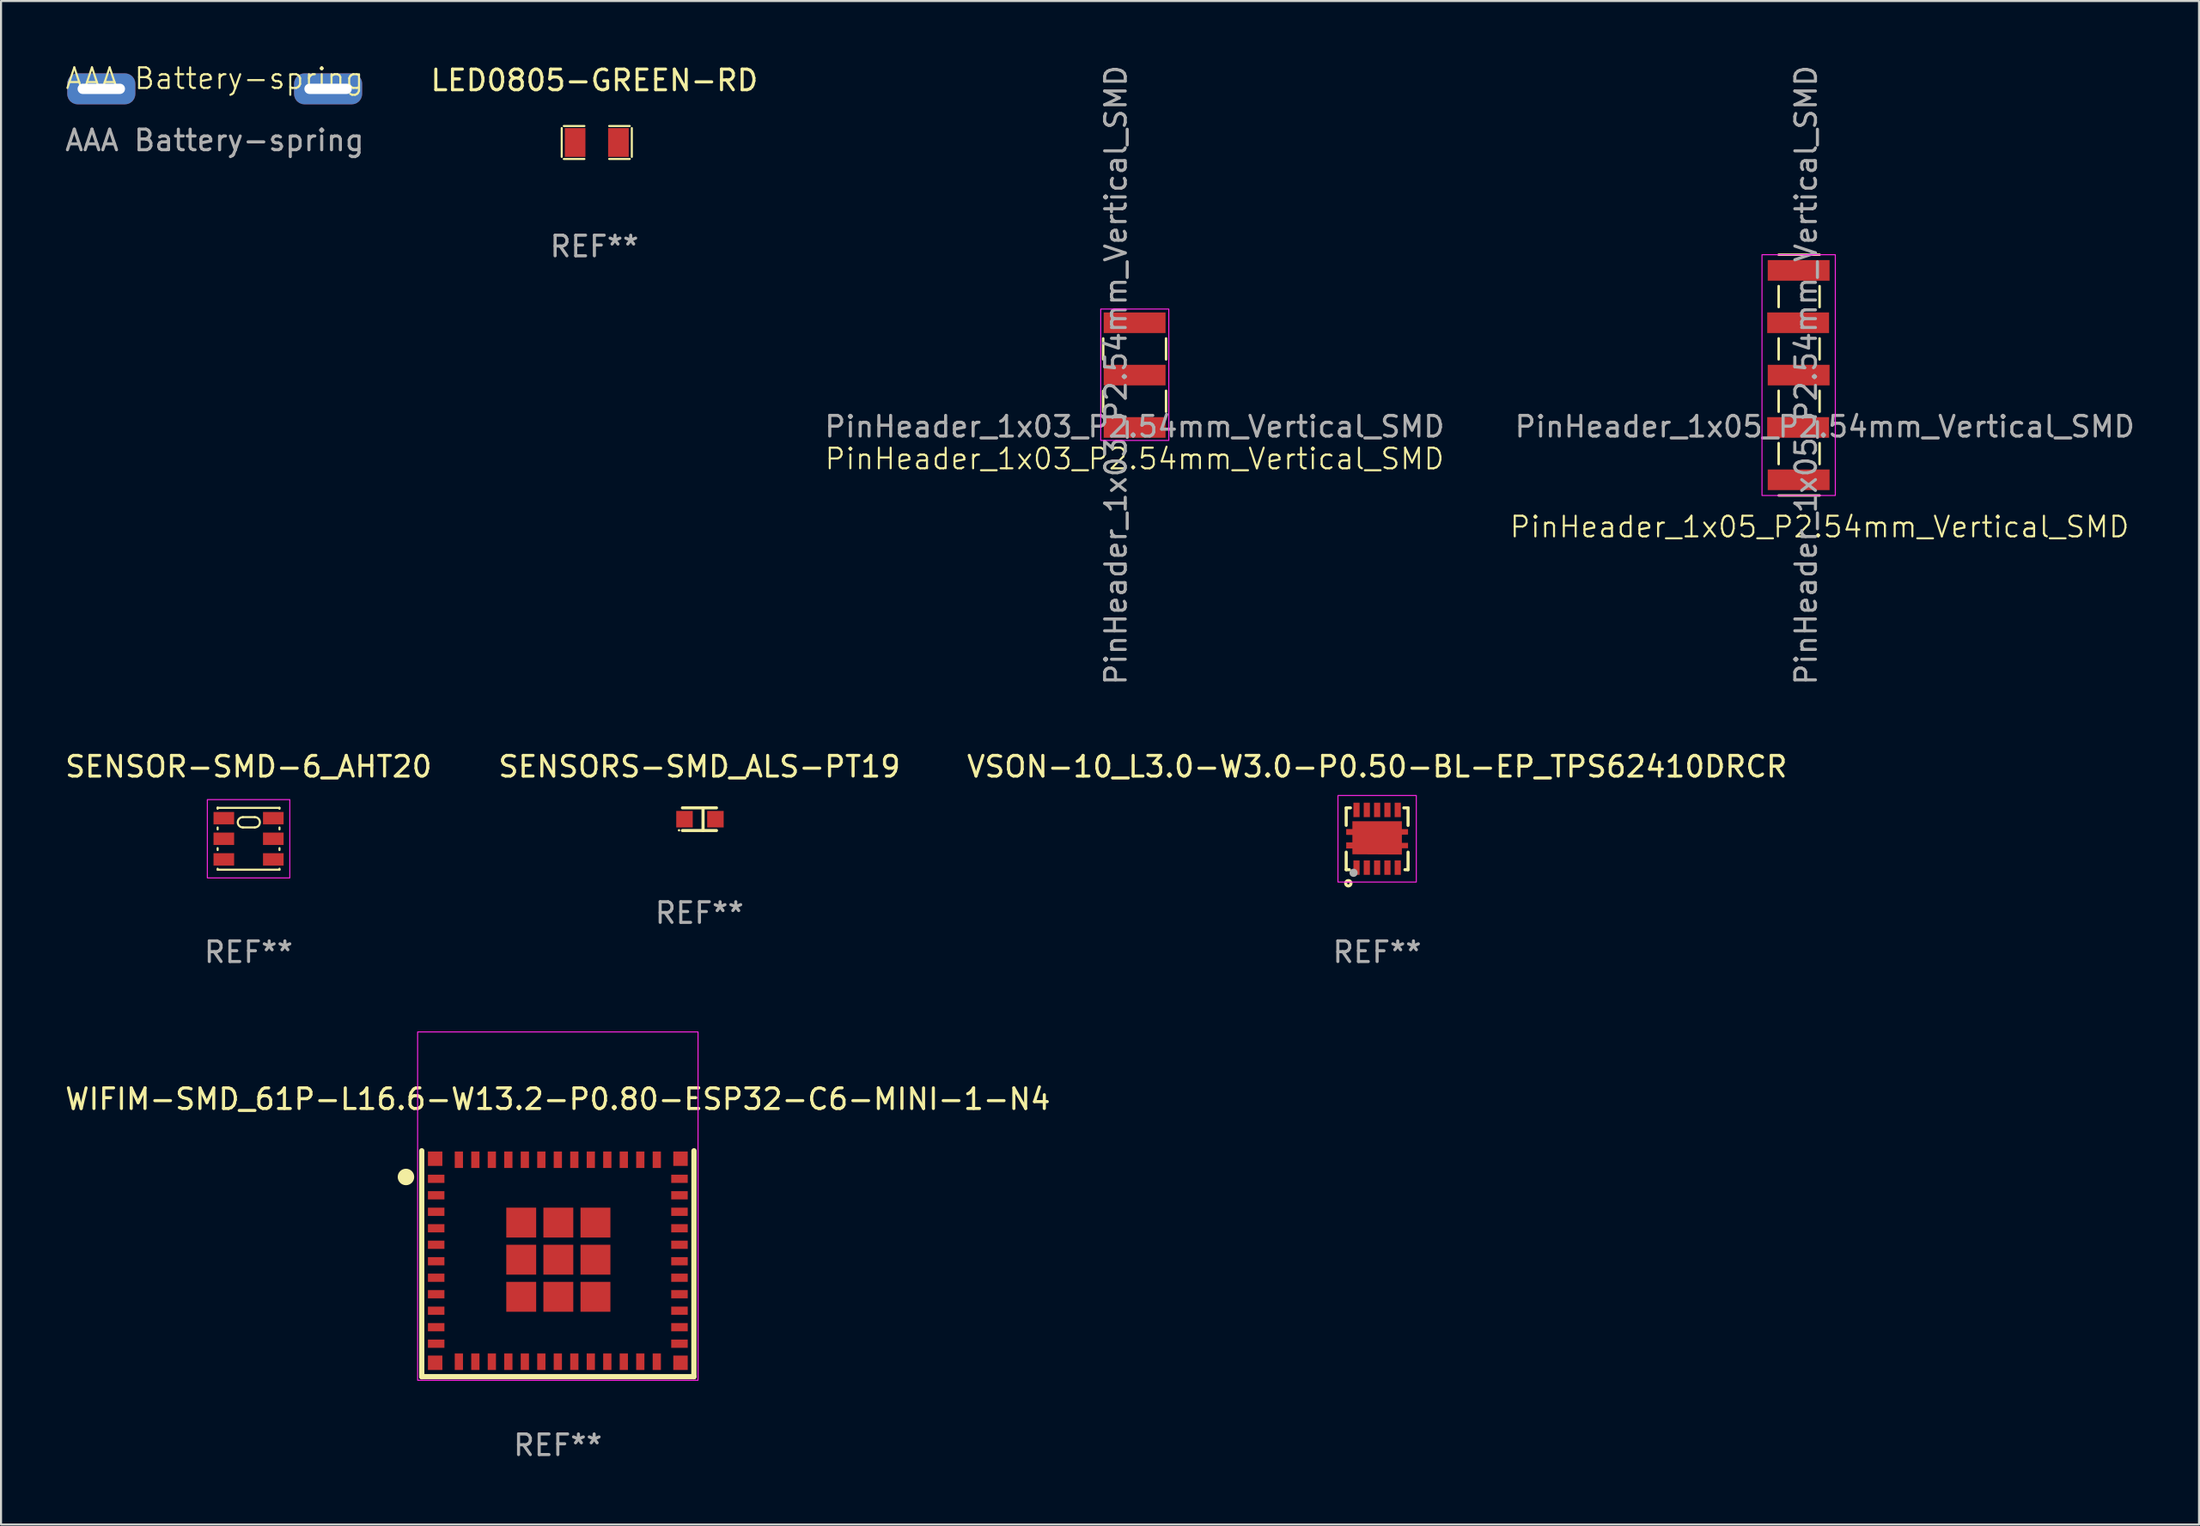
<source format=kicad_pcb>
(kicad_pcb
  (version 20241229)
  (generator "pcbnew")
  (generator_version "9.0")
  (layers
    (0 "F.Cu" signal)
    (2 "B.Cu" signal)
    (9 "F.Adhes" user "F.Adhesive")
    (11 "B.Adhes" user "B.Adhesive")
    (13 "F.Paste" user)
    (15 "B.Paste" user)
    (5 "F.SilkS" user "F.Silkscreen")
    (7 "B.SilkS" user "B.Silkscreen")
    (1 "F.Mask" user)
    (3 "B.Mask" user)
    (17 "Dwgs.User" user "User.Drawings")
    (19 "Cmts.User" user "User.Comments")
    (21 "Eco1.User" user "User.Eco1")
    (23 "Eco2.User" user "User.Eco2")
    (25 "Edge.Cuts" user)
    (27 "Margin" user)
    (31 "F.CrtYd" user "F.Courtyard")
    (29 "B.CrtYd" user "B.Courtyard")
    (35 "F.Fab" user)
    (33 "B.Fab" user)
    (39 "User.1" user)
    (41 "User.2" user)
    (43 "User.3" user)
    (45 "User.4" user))
  (footprint "SENSORS-SMD_ALS-PT19"
    (layer "F.Cu")
    (at 30.9 36.696)
    (property "Reference" "SENSORS-SMD_ALS-PT19" (at -0.025 -2.55 0) (layer "F.SilkS") (effects (font (size 1 1) (thickness 0.15))))
    (attr smd)
    (fp_line (start -0.85 -0.55) (end 0.8 -0.55) (stroke (width 0.152) (type solid)) (layer "F.SilkS"))
    (fp_line (start -0.85 0.55) (end 0.8 0.55) (stroke (width 0.152) (type solid)) (layer "F.SilkS"))
    (fp_line (start 0.15 -0.55) (end 0.15 0.55) (stroke (width 0.152) (type solid)) (layer "F.SilkS"))
    (fp_circle (center -1.016 0.538) (end -0.986 0.538) (stroke (width 0.06) (type solid)) (fill no) (layer "F.SilkS"))
    (fp_text user "REF**" (at -0.025 4.55 0) (layer "F.Fab") (effects (font (size 1 1) (thickness 0.15))))
    (pad "1" smd rect (at -0.75 0 180) (size 0.8 0.8) (layers "F.Cu" "F.Mask" "F.Paste"))
    (pad "2" smd rect (at 0.75 0 180) (size 0.8 0.8) (layers "F.Cu" "F.Mask" "F.Paste")))
  (footprint "AAA Battery-spring"
    (layer "F.Cu")
    (at 7.363 1.26)
    (property "Reference" "AAA Battery-spring" (at 0 -0.5 0) (unlocked yes) (layer "F.SilkS") (effects (font (size 1 1) (thickness 0.1))))
    (attr smd)
    (fp_text user "${REFERENCE}" (at 0 2.5 0) (unlocked yes) (layer "F.Fab") (effects (font (size 1 1) (thickness 0.15))))
    (pad "1" thru_hole roundrect (at -5.5 0) (size 3.3 1.5) (drill oval 2.3 0.5) (layers "*.Cu" "*.Mask") (roundrect_rratio 0.333))
    (pad "2" thru_hole roundrect (at 5.5 0) (size 3.3 1.5) (drill oval 2.3 0.5) (layers "*.Cu" "*.Mask") (roundrect_rratio 0.333)))
  (footprint "VSON-10_L3.0-W3.0-P0.50-BL-EP_TPS62410DRCR"
    (layer "F.Cu")
    (at 63.744 37.646)
    (property "Reference" "VSON-10_L3.0-W3.0-P0.50-BL-EP_TPS62410DRCR" (at 0 -3.5 0) (layer "F.SilkS") (effects (font (size 1 1) (thickness 0.15))))
    (attr smd)
    (fp_line (start -1.5 -1.5) (end -1.5 -0.651) (stroke (width 0.15) (type solid)) (layer "F.SilkS"))
    (fp_line (start -1.5 -1.5) (end -1.294 -1.5) (stroke (width 0.15) (type solid)) (layer "F.SilkS"))
    (fp_line (start -1.5 1.5) (end -1.5 0.649) (stroke (width 0.15) (type solid)) (layer "F.SilkS"))
    (fp_line (start -1.5 1.5) (end -1.349 1.5) (stroke (width 0.15) (type solid)) (layer "F.SilkS"))
    (fp_line (start 1.294 -1.5) (end 1.5 -1.5) (stroke (width 0.15) (type solid)) (layer "F.SilkS"))
    (fp_line (start 1.349 1.5) (end 1.5 1.5) (stroke (width 0.15) (type solid)) (layer "F.SilkS"))
    (fp_line (start 1.5 -1.5) (end 1.5 -0.649) (stroke (width 0.15) (type solid)) (layer "F.SilkS"))
    (fp_line (start 1.5 0.649) (end 1.5 1.5) (stroke (width 0.15) (type solid)) (layer "F.SilkS"))
    (fp_circle (center -1.5 1.5) (end -1.47 1.5) (stroke (width 0.06) (type solid)) (fill no) (layer "F.SilkS"))
    (fp_circle (center -1.397 2.159) (end -1.342 2.159) (stroke (width 0.15) (type solid)) (fill no) (layer "F.SilkS"))
    (fp_rect (start -1.9 -2.1) (end 1.9 2.1) (stroke (width 0.05) (type default)) (fill no) (layer "F.CrtYd"))
    (fp_circle (center -1.143 1.651) (end -1.043 1.651) (stroke (width 0.2) (type solid)) (fill no) (layer "F.Fab"))
    (fp_text user "REF**" (at 0 5.5 0) (layer "F.Fab") (effects (font (size 1 1) (thickness 0.15))))
    (pad "1" smd rect (at -1 1.4) (size 0.3 0.7) (layers "F.Cu" "F.Mask" "F.Paste"))
    (pad "2" smd rect (at -0.5 1.4) (size 0.3 0.7) (layers "F.Cu" "F.Mask" "F.Paste"))
    (pad "3" smd rect (at 0 1.4) (size 0.3 0.7) (layers "F.Cu" "F.Mask" "F.Paste"))
    (pad "4" smd rect (at 0.5 1.4) (size 0.3 0.7) (layers "F.Cu" "F.Mask" "F.Paste"))
    (pad "5" smd rect (at 1 1.4 180) (size 0.3 0.7) (layers "F.Cu" "F.Mask" "F.Paste"))
    (pad "6" smd rect (at 1 -1.4 180) (size 0.3 0.7) (layers "F.Cu" "F.Mask" "F.Paste"))
    (pad "7" smd rect (at 0.5 -1.4 180) (size 0.3 0.7) (layers "F.Cu" "F.Mask" "F.Paste"))
    (pad "8" smd rect (at 0 -1.4 180) (size 0.3 0.7) (layers "F.Cu" "F.Mask" "F.Paste"))
    (pad "9" smd rect (at -0.5 -1.4) (size 0.3 0.7) (layers "F.Cu" "F.Mask" "F.Paste"))
    (pad "10" smd rect (at -1 -1.4) (size 0.3 0.7) (layers "F.Cu" "F.Mask" "F.Paste"))
    (pad "11" smd custom (at 0 -0.045) (size 0.1 0.1) (layers "F.Cu" "F.Mask" "F.Paste") (options (anchor circle)) (primitives (gr_poly (pts (xy -1.5 -0.427) (xy -1.2 -0.427) (xy -1.2 -0.805) (xy 1.2 -0.805) (xy 1.2 -0.425) (xy 1.5 -0.425) (xy 1.5 -0.158) (xy 1.2 -0.153) (xy 1.2 0.238) (xy 1.2 0.242) (xy 1.5 0.242) (xy 1.5 0.233) (xy 1.5 0.505) (xy 1.2 0.506) (xy 1.2 0.811) (xy -1.2 0.798) (xy -1.2 0.517) (xy -1.5 0.517) (xy -1.5 0.219) (xy -1.2 0.219) (xy -1.2 -0.14) (xy -1.5 -0.143)) (width 0) (fill yes)))))
  (footprint "WIFIM-SMD_61P-L16.6-W13.2-P0.80-ESP32-C6-MINI-1-N4"
    (layer "F.Cu")
    (at 24.006 58.119)
    (property "Reference" "WIFIM-SMD_61P-L16.6-W13.2-P0.80-ESP32-C6-MINI-1-N4" (at 0 -7.842 0) (layer "F.SilkS") (effects (font (size 1 1) (thickness 0.15))))
    (attr smd)
    (fp_line (start -6.6 -5.334) (end -6.6 5.625) (stroke (width 0.254) (type solid)) (layer "F.SilkS"))
    (fp_line (start -6.6 5.625) (end 6.6 5.625) (stroke (width 0.254) (type solid)) (layer "F.SilkS"))
    (fp_line (start 6.6 5.625) (end 6.604 -5.334) (stroke (width 0.254) (type solid)) (layer "F.SilkS"))
    (fp_circle (center -7.366 -4.064) (end -7.166 -4.064) (stroke (width 0.4) (type solid)) (fill no) (layer "F.SilkS"))
    (fp_rect (start -6.8 -11.1) (end 6.8 5.8) (stroke (width 0.05) (type default)) (fill no) (layer "F.CrtYd"))
    (fp_text user "REF**" (at 0 8.95 0) (layer "F.Fab") (effects (font (size 1 1) (thickness 0.15))))
    (pad "1" smd rect (at -5.9 -3.975) (size 0.8 0.4) (layers "F.Cu" "F.Mask" "F.Paste"))
    (pad "2" smd rect (at -5.9 -3.175) (size 0.8 0.4) (layers "F.Cu" "F.Mask" "F.Paste"))
    (pad "3" smd rect (at -5.9 -2.375) (size 0.8 0.4) (layers "F.Cu" "F.Mask" "F.Paste"))
    (pad "4" smd rect (at -5.9 -1.575) (size 0.8 0.4) (layers "F.Cu" "F.Mask" "F.Paste"))
    (pad "5" smd rect (at -5.9 -0.775) (size 0.8 0.4) (layers "F.Cu" "F.Mask" "F.Paste"))
    (pad "6" smd rect (at -5.9 0.025) (size 0.8 0.4) (layers "F.Cu" "F.Mask" "F.Paste"))
    (pad "7" smd rect (at -5.9 0.825) (size 0.8 0.4) (layers "F.Cu" "F.Mask" "F.Paste"))
    (pad "8" smd rect (at -5.9 1.625) (size 0.8 0.4) (layers "F.Cu" "F.Mask" "F.Paste"))
    (pad "9" smd rect (at -5.9 2.425) (size 0.8 0.4) (layers "F.Cu" "F.Mask" "F.Paste"))
    (pad "10" smd rect (at -5.9 3.225) (size 0.8 0.4) (layers "F.Cu" "F.Mask" "F.Paste"))
    (pad "11" smd rect (at -5.9 4.025) (size 0.8 0.4) (layers "F.Cu" "F.Mask" "F.Paste"))
    (pad "12" smd rect (at -4.8 4.9 270) (size 0.8 0.4) (layers "F.Cu" "F.Mask" "F.Paste"))
    (pad "13" smd rect (at -4 4.9 270) (size 0.8 0.4) (layers "F.Cu" "F.Mask" "F.Paste"))
    (pad "14" smd rect (at -3.2 4.9 270) (size 0.8 0.4) (layers "F.Cu" "F.Mask" "F.Paste"))
    (pad "15" smd rect (at -2.4 4.9 270) (size 0.8 0.4) (layers "F.Cu" "F.Mask" "F.Paste"))
    (pad "16" smd rect (at -1.6 4.9 270) (size 0.8 0.4) (layers "F.Cu" "F.Mask" "F.Paste"))
    (pad "17" smd rect (at -0.8 4.9 270) (size 0.8 0.4) (layers "F.Cu" "F.Mask" "F.Paste"))
    (pad "18" smd rect (at -0.000152 4.9 270) (size 0.8 0.4) (layers "F.Cu" "F.Mask" "F.Paste"))
    (pad "19" smd rect (at 0.8 4.9 270) (size 0.8 0.4) (layers "F.Cu" "F.Mask" "F.Paste"))
    (pad "20" smd rect (at 1.6 4.9 270) (size 0.8 0.4) (layers "F.Cu" "F.Mask" "F.Paste"))
    (pad "21" smd rect (at 2.4 4.9 270) (size 0.8 0.4) (layers "F.Cu" "F.Mask" "F.Paste"))
    (pad "22" smd rect (at 3.2 4.9 270) (size 0.8 0.4) (layers "F.Cu" "F.Mask" "F.Paste"))
    (pad "23" smd rect (at 4 4.9 270) (size 0.8 0.4) (layers "F.Cu" "F.Mask" "F.Paste"))
    (pad "24" smd rect (at 4.8 4.9 270) (size 0.8 0.4) (layers "F.Cu" "F.Mask" "F.Paste"))
    (pad "25" smd rect (at 5.9 4.025) (size 0.8 0.4) (layers "F.Cu" "F.Mask" "F.Paste"))
    (pad "26" smd rect (at 5.9 3.225) (size 0.8 0.4) (layers "F.Cu" "F.Mask" "F.Paste"))
    (pad "27" smd rect (at 5.9 2.425) (size 0.8 0.4) (layers "F.Cu" "F.Mask" "F.Paste"))
    (pad "28" smd rect (at 5.9 1.625) (size 0.8 0.4) (layers "F.Cu" "F.Mask" "F.Paste"))
    (pad "29" smd rect (at 5.9 0.825) (size 0.8 0.4) (layers "F.Cu" "F.Mask" "F.Paste"))
    (pad "30" smd rect (at 5.9 0.025) (size 0.8 0.4) (layers "F.Cu" "F.Mask" "F.Paste"))
    (pad "31" smd rect (at 5.9 -0.775) (size 0.8 0.4) (layers "F.Cu" "F.Mask" "F.Paste"))
    (pad "32" smd rect (at 5.9 -1.575) (size 0.8 0.4) (layers "F.Cu" "F.Mask" "F.Paste"))
    (pad "33" smd rect (at 5.9 -2.375) (size 0.8 0.4) (layers "F.Cu" "F.Mask" "F.Paste"))
    (pad "34" smd rect (at 5.9 -3.175) (size 0.8 0.4) (layers "F.Cu" "F.Mask" "F.Paste"))
    (pad "35" smd rect (at 5.9 -3.975) (size 0.8 0.4) (layers "F.Cu" "F.Mask" "F.Paste"))
    (pad "36" smd rect (at 4.8 -4.9 270) (size 0.8 0.4) (layers "F.Cu" "F.Mask" "F.Paste"))
    (pad "37" smd rect (at 4 -4.9 270) (size 0.8 0.4) (layers "F.Cu" "F.Mask" "F.Paste"))
    (pad "38" smd rect (at 3.2 -4.9 270) (size 0.8 0.4) (layers "F.Cu" "F.Mask" "F.Paste"))
    (pad "39" smd rect (at 2.4 -4.9 270) (size 0.8 0.4) (layers "F.Cu" "F.Mask" "F.Paste"))
    (pad "40" smd rect (at 1.6 -4.9 270) (size 0.8 0.4) (layers "F.Cu" "F.Mask" "F.Paste"))
    (pad "41" smd rect (at 0.8 -4.9 270) (size 0.8 0.4) (layers "F.Cu" "F.Mask" "F.Paste"))
    (pad "42" smd rect (at 0.000102 -4.9 270) (size 0.8 0.4) (layers "F.Cu" "F.Mask" "F.Paste"))
    (pad "43" smd rect (at -0.8 -4.9 270) (size 0.8 0.4) (layers "F.Cu" "F.Mask" "F.Paste"))
    (pad "44" smd rect (at -1.6 -4.9 270) (size 0.8 0.4) (layers "F.Cu" "F.Mask" "F.Paste"))
    (pad "45" smd rect (at -2.4 -4.9 270) (size 0.8 0.4) (layers "F.Cu" "F.Mask" "F.Paste"))
    (pad "46" smd rect (at -3.2 -4.9 270) (size 0.8 0.4) (layers "F.Cu" "F.Mask" "F.Paste"))
    (pad "47" smd rect (at -4 -4.9 270) (size 0.8 0.4) (layers "F.Cu" "F.Mask" "F.Paste"))
    (pad "48" smd rect (at -4.8 -4.9 270) (size 0.8 0.4) (layers "F.Cu" "F.Mask" "F.Paste"))
    (pad "49" smd rect (at -1.775 -1.85) (size 1.45 1.45) (layers "F.Cu" "F.Mask" "F.Paste"))
    (pad "49" smd rect (at -1.775 -0.05) (size 1.45 1.45) (layers "F.Cu" "F.Mask" "F.Paste"))
    (pad "49" smd rect (at -1.775 1.75) (size 1.45 1.45) (layers "F.Cu" "F.Mask" "F.Paste"))
    (pad "49" smd rect (at 0.025 -1.85) (size 1.45 1.45) (layers "F.Cu" "F.Mask" "F.Paste"))
    (pad "49" smd rect (at 0.025 -0.05) (size 1.45 1.45) (layers "F.Cu" "F.Mask" "F.Paste"))
    (pad "49" smd rect (at 0.025 1.75) (size 1.45 1.45) (layers "F.Cu" "F.Mask" "F.Paste"))
    (pad "49" smd rect (at 1.825 -1.85) (size 1.45 1.45) (layers "F.Cu" "F.Mask" "F.Paste"))
    (pad "49" smd rect (at 1.825 -0.05) (size 1.45 1.45) (layers "F.Cu" "F.Mask" "F.Paste"))
    (pad "49" smd rect (at 1.825 1.75) (size 1.45 1.45) (layers "F.Cu" "F.Mask" "F.Paste"))
    (pad "50" smd rect (at 5.95 -4.95) (size 0.7 0.7) (layers "F.Cu" "F.Mask" "F.Paste"))
    (pad "51" smd rect (at 5.95 4.95) (size 0.7 0.7) (layers "F.Cu" "F.Mask" "F.Paste"))
    (pad "52" smd rect (at -5.95 4.95) (size 0.7 0.7) (layers "F.Cu" "F.Mask" "F.Paste"))
    (pad "53" smd rect (at -5.95 -4.95) (size 0.7 0.7) (layers "F.Cu" "F.Mask" "F.Paste")))
  (footprint "SENSOR-SMD-6_AHT20"
    (layer "F.Cu")
    (at 9.006 37.646)
    (property "Reference" "SENSOR-SMD-6_AHT20" (at 0 -3.5 0) (layer "F.SilkS") (effects (font (size 1 1) (thickness 0.15))))
    (attr smd)
    (fp_line (start -1.5 -1.5) (end 1.5 -1.5) (stroke (width 0.1) (type solid)) (layer "F.SilkS"))
    (fp_line (start -1.5 -1.454) (end -1.5 -1.5) (stroke (width 0.1) (type solid)) (layer "F.SilkS"))
    (fp_line (start -1.5 -0.454) (end -1.5 -0.546) (stroke (width 0.1) (type solid)) (layer "F.SilkS"))
    (fp_line (start -1.5 0.546) (end -1.5 0.454) (stroke (width 0.1) (type solid)) (layer "F.SilkS"))
    (fp_line (start -1.5 1.5) (end -1.5 1.454) (stroke (width 0.1) (type solid)) (layer "F.SilkS"))
    (fp_line (start -0.275 -1.05) (end 0.299 -1.05) (stroke (width 0.1) (type solid)) (layer "F.SilkS"))
    (fp_line (start -0.275 -0.55) (end 0.3 -0.55) (stroke (width 0.1) (type solid)) (layer "F.SilkS"))
    (fp_line (start 1.5 -1.5) (end 1.5 -1.454) (stroke (width 0.1) (type solid)) (layer "F.SilkS"))
    (fp_line (start 1.5 -0.546) (end 1.5 -0.454) (stroke (width 0.1) (type solid)) (layer "F.SilkS"))
    (fp_line (start 1.5 0.454) (end 1.5 0.546) (stroke (width 0.1) (type solid)) (layer "F.SilkS"))
    (fp_line (start 1.5 1.454) (end 1.5 1.5) (stroke (width 0.1) (type solid)) (layer "F.SilkS"))
    (fp_line (start 1.5 1.5) (end -1.5 1.5) (stroke (width 0.1) (type solid)) (layer "F.SilkS"))
    (fp_arc (start -0.275006 -0.549987) (mid -0.525006 -0.799987) (end -0.275006 -1.049987) (stroke (width 0.1) (type solid)) (layer "F.SilkS"))
    (fp_arc (start 0.298908 -1.050775) (mid 0.547411 -0.800909) (end 0.3 -0.549962) (stroke (width 0.1) (type solid)) (layer "F.SilkS"))
    (fp_circle (center -1.5 -1.5) (end -1.47 -1.5) (stroke (width 0.06) (type solid)) (fill no) (layer "F.SilkS"))
    (fp_rect (start -2 -1.9) (end 2 1.9) (stroke (width 0.05) (type default)) (fill no) (layer "F.CrtYd"))
    (fp_text user "REF**" (at 0 5.5 0) (layer "F.Fab") (effects (font (size 1 1) (thickness 0.15))))
    (pad "1" smd rect (at -1.2 -1) (size 1 0.6) (layers "F.Cu" "F.Mask" "F.Paste"))
    (pad "2" smd rect (at -1.2 0) (size 1 0.6) (layers "F.Cu" "F.Mask" "F.Paste"))
    (pad "3" smd rect (at -1.2 1) (size 1 0.6) (layers "F.Cu" "F.Mask" "F.Paste"))
    (pad "4" smd rect (at 1.2 1) (size 1 0.6) (layers "F.Cu" "F.Mask" "F.Paste"))
    (pad "5" smd rect (at 1.2 0) (size 1 0.6) (layers "F.Cu" "F.Mask" "F.Paste"))
    (pad "6" smd rect (at 1.2 -1) (size 1 0.6) (layers "F.Cu" "F.Mask" "F.Paste")))
  (footprint "PinHeader_1x03_P2.54mm_Vertical_SMD"
    (layer "F.Cu")
    (at 51.982 15.149)
    (property "Reference" "PinHeader_1x03_P2.54mm_Vertical_SMD" (at 0 4.064 0) (unlocked yes) (layer "F.SilkS") (effects (font (size 1 1) (thickness 0.1))))
    (fp_line (start -1.524 -1.778) (end -1.524 -0.762) (stroke (width 0.12) (type solid)) (layer "F.SilkS"))
    (fp_line (start -1.524 0.762) (end -1.524 1.778) (stroke (width 0.12) (type solid)) (layer "F.SilkS"))
    (fp_line (start 1.524 -1.778) (end 1.524 -0.762) (stroke (width 0.12) (type solid)) (layer "F.SilkS"))
    (fp_line (start 1.524 0.762) (end 1.524 1.778) (stroke (width 0.12) (type solid)) (layer "F.SilkS"))
    (fp_rect (start -1.644 -3.204) (end 1.658 3.17) (stroke (width 0.05) (type default)) (fill no) (layer "F.CrtYd"))
    (fp_text user "${REFERENCE}" (at -0.91 0 90) (layer "F.Fab") (effects (font (size 1 1) (thickness 0.15))))
    (fp_text user "${REFERENCE}" (at 0 2.5 0) (unlocked yes) (layer "F.Fab") (effects (font (size 1 1) (thickness 0.15))))
    (pad "1" smd rect (at 0 -2.54) (size 3 1) (layers "F.Cu" "F.Mask" "F.Paste"))
    (pad "2" smd rect (at 0 0) (size 3 1) (layers "F.Cu" "F.Mask" "F.Paste"))
    (pad "3" smd rect (at 0 2.54) (size 3 1) (layers "F.Cu" "F.Mask" "F.Paste")))
  (footprint "LED0805-GREEN-RD"
    (layer "F.Cu")
    (at 25.895 3.863)
    (property "Reference" "LED0805-GREEN-RD" (at -0.116 -3.015 0) (layer "F.SilkS") (effects (font (size 1 1) (thickness 0.15))))
    (attr through_hole)
    (fp_line (start -1.7 -0.7) (end -1.7 0.7) (stroke (width 0.1) (type default)) (layer "F.SilkS"))
    (fp_line (start -1.6 0.8) (end -0.6 0.8) (stroke (width 0.1) (type default)) (layer "F.SilkS"))
    (fp_line (start -0.6 -0.8) (end -1.6 -0.8) (stroke (width 0.1) (type default)) (layer "F.SilkS"))
    (fp_line (start 0.6 0.8) (end 1.6 0.8) (stroke (width 0.1) (type default)) (layer "F.SilkS"))
    (fp_line (start 1.6 -0.8) (end 0.6 -0.8) (stroke (width 0.1) (type default)) (layer "F.SilkS"))
    (fp_line (start 1.7 0.7) (end 1.7 -0.7) (stroke (width 0.1) (type default)) (layer "F.SilkS"))
    (fp_text user "REF**" (at -0.116 5.043 0) (layer "F.Fab") (effects (font (size 1 1) (thickness 0.15))))
    (pad "1" smd rect (at 1.05 0 180) (size 1 1.4) (layers "F.Cu" "F.Mask" "F.Paste"))
    (pad "2" smd rect (at -1.05 0 180) (size 1 1.4) (layers "F.Cu" "F.Mask" "F.Paste")))
  (footprint "PinHeader_1x05_P2.54mm_Vertical_SMD"
    (layer "F.Cu")
    (at 85.459 15.149)
    (property "Reference" "PinHeader_1x05_P2.54mm_Vertical_SMD" (at -0.254 7.366 0) (unlocked yes) (layer "F.SilkS") (effects (font (size 1 1) (thickness 0.1))))
    (fp_line (start -2.24 -5.842) (end -0.254 -5.842) (stroke (width 0.12) (type solid)) (layer "F.SilkS"))
    (fp_line (start -2.24 -4.318) (end -2.24 -3.3) (stroke (width 0.12) (type solid)) (layer "F.SilkS"))
    (fp_line (start -2.24 -1.78) (end -2.24 -0.762) (stroke (width 0.12) (type solid)) (layer "F.SilkS"))
    (fp_line (start -2.24 0.76) (end -2.24 1.778) (stroke (width 0.12) (type solid)) (layer "F.SilkS"))
    (fp_line (start -2.24 3.3) (end -2.24 4.318) (stroke (width 0.12) (type solid)) (layer "F.SilkS"))
    (fp_line (start -2.24 5.84) (end -0.254 5.84) (stroke (width 0.12) (type solid)) (layer "F.SilkS"))
    (fp_line (start -0.254 -4.317) (end -0.254 -3.299) (stroke (width 0.12) (type solid)) (layer "F.SilkS"))
    (fp_line (start -0.254 -1.779) (end -0.254 -0.761) (stroke (width 0.12) (type solid)) (layer "F.SilkS"))
    (fp_line (start -0.254 0.761) (end -0.254 1.779) (stroke (width 0.12) (type solid)) (layer "F.SilkS"))
    (fp_line (start -0.254 3.301) (end -0.254 4.319) (stroke (width 0.12) (type solid)) (layer "F.SilkS"))
    (fp_rect (start -3.048 -5.842) (end 0.508 5.842) (stroke (width 0.05) (type default)) (fill no) (layer "F.CrtYd"))
    (fp_text user "${REFERENCE}" (at 0 2.5 0) (unlocked yes) (layer "F.Fab") (effects (font (size 1 1) (thickness 0.15))))
    (fp_text user "${REFERENCE}" (at -0.91 0 90) (layer "F.Fab") (effects (font (size 1 1) (thickness 0.15))))
    (pad "1" smd rect (at -1.27 -5.08) (size 3 1) (layers "F.Cu" "F.Mask" "F.Paste"))
    (pad "2" smd rect (at -1.295 -2.54) (size 3 1) (layers "F.Cu" "F.Mask" "F.Paste"))
    (pad "3" smd rect (at -1.27 0) (size 3 1) (layers "F.Cu" "F.Mask" "F.Paste"))
    (pad "4" smd rect (at -1.295 2.54) (size 3 1) (layers "F.Cu" "F.Mask" "F.Paste"))
    (pad "5" smd rect (at -1.27 5.08) (size 3 1) (layers "F.Cu" "F.Mask" "F.Paste")))
  (gr_rect
    (start -3 -3)
    (end 103.608 70.917)
    (stroke (width 0.1) (type default))
    (fill no)
    (layer "Edge.Cuts")))
</source>
